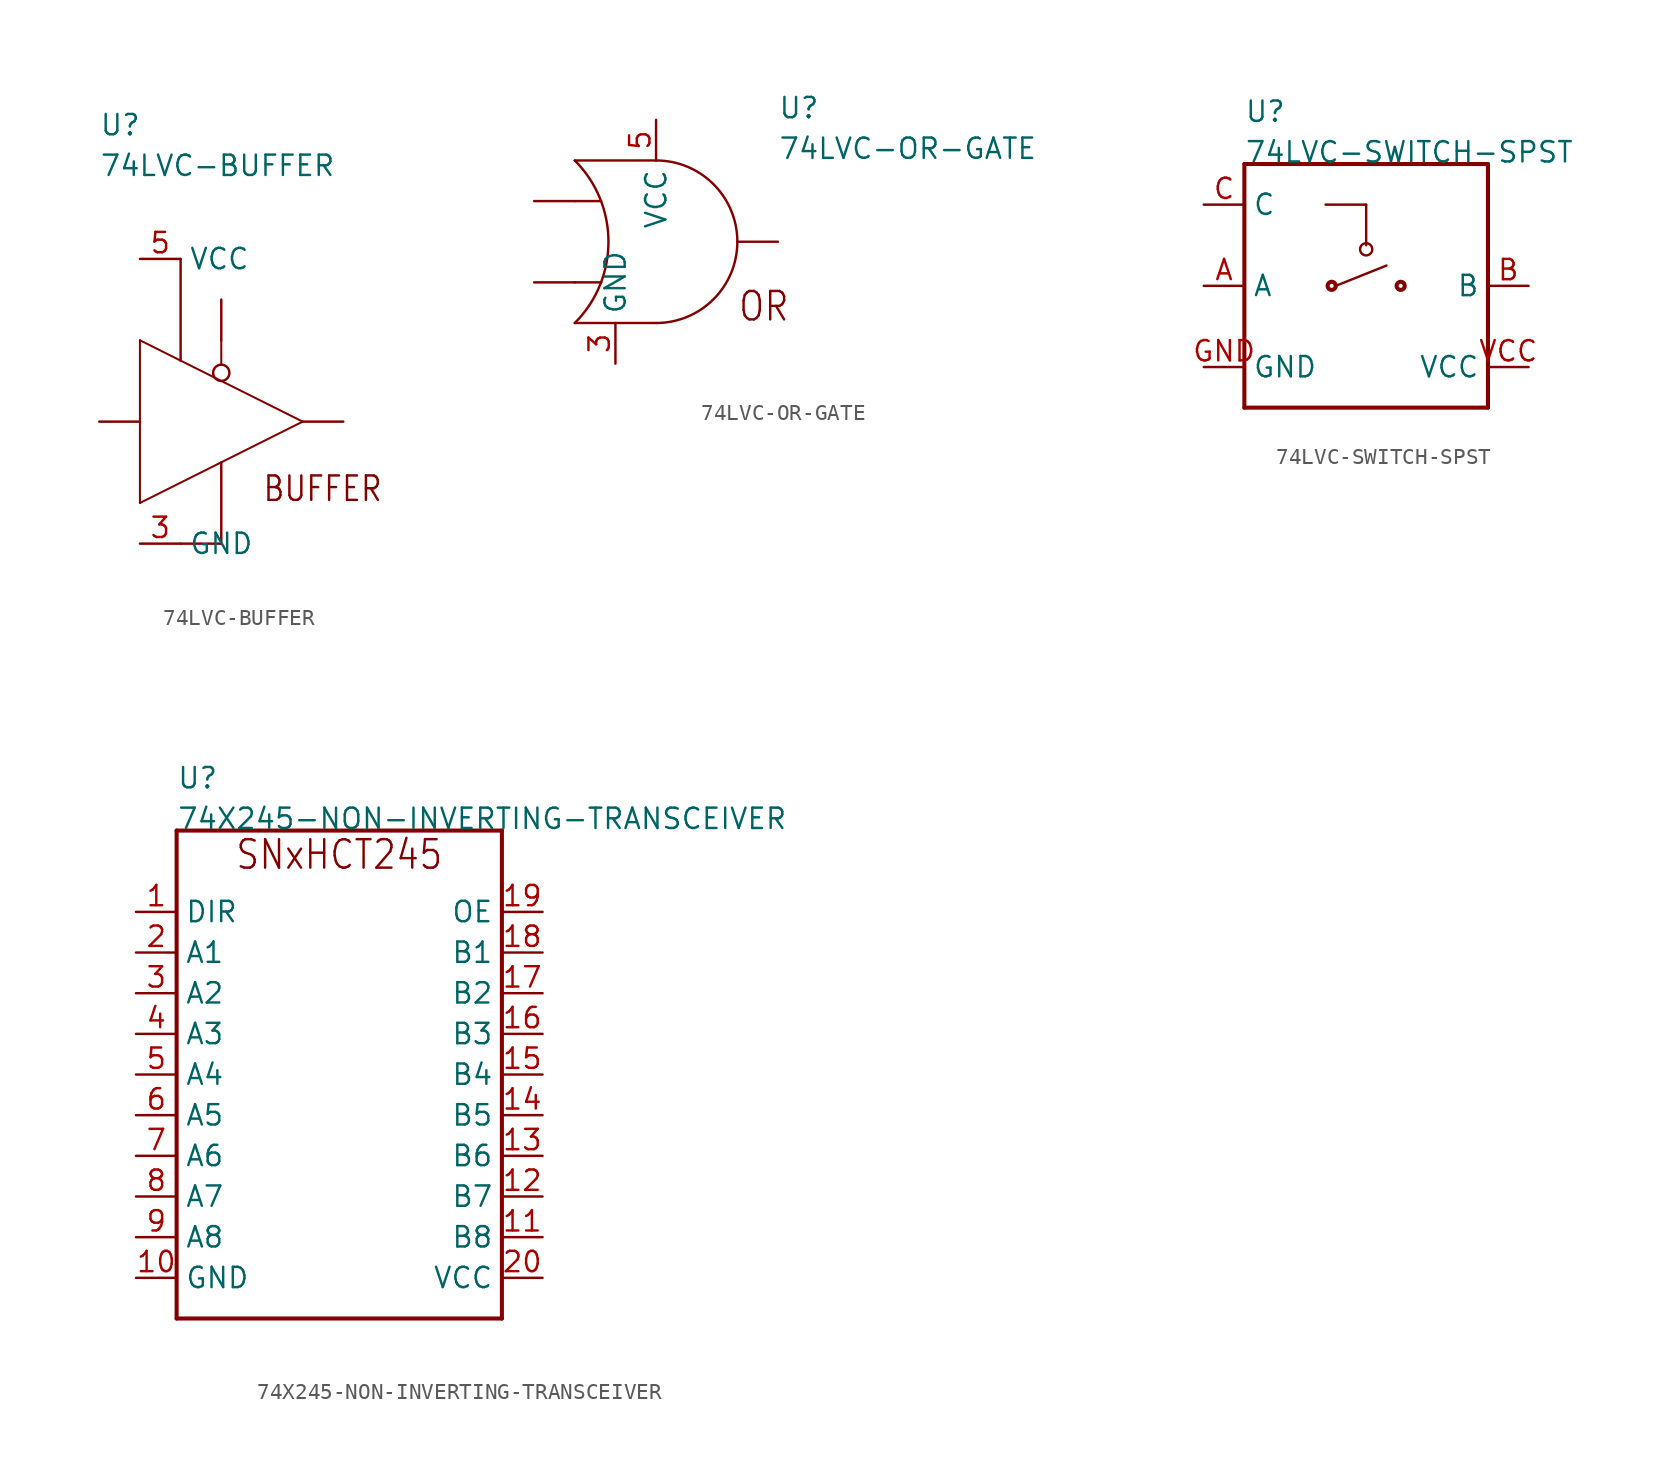
<source format=kicad_sym>
(kicad_symbol_lib
  (version 20211014)
  (generator kicad_symbol_editor)
  (symbol "74LVC-BUFFER"
    (pin_names)
    (property "Reference" "U"
      (at -7.62 17.78 0)
      (effects (font (size 1.27 1.27)) (justify left bottom)))
    (property "Value" "74LVC-BUFFER"
      (at -7.62 15.24 0)
      (effects (font (size 1.27 1.27)) (justify left bottom)))
    (property "Datasheet" ""
      (at 0 0 0))
    (property "ki_description" "SN74LVC1G125  - IC BUF NON-INVERT 5.5V SOT23-5   Technical Specifications:    Buffer Gate IC   Supply Voltage(MAX): 5.5V   [DESCRIPTION]: [SPEC]       Component Search:  SN74LVC1G125   Datasheet:  SN74LVC1G125 Single Bus Buffer Gate With 3-State Output datasheet (Rev. T) "
      (at 0 0 0))
    (property "ki_fp_filters" "FlashPCB_ICs:SOT-23-5 FlashPCB_ICs:SOT-23-5_NOSILK"
      (at 0 0 0))
    (symbol "74LVC-BUFFER_1_1"
      (text "BUFFER" (at 2.54 -5.08 0) (effects (font (size 1.524 1.303)) (justify left bottom)))
      (polyline (pts (xy -5.08 5.08) (xy -5.08 -5.08)) (stroke (width 0.127)) (fill (type none)))
      (polyline (pts (xy -5.08 -5.08) (xy 5.08 0)) (stroke (width 0.127)) (fill (type none)))
      (polyline (pts (xy -5.08 5.08) (xy -2.54 3.81)) (stroke (width 0.127)) (fill (type none)))
      (polyline (pts (xy -2.54 3.81) (xy 5.08 0)) (stroke (width 0.127)) (fill (type none)))
      (polyline (pts (xy -2.54 -7.62) (xy 0 -7.62)) (stroke (width 0.152)) (fill (type none)))
      (polyline (pts (xy 0 -7.62) (xy 0 -2.54)) (stroke (width 0.152)) (fill (type none)))
      (polyline (pts (xy -2.54 3.81) (xy -2.54 10.16)) (stroke (width 0.152)) (fill (type none)))
      (polyline (pts (xy 0 5.08) (xy 0 3.556)) (stroke (width 0.127)) (fill (type none)))
      (circle (center 0 3.048) (radius 0.508) (stroke (width 0.152) (type default)) (fill (type none)))
      (pin bidirectional line (at 7.62 0 180) (length 2.54) (name "Y" (effects (font (size 0 0)))) (number "4" (effects (font (size 0 0)))))
      (pin bidirectional line (at -5.08 10.16 0) (length 2.54) (name "VCC" (effects (font (size 1.27 1.27)))) (number "5" (effects (font (size 1.27 1.27)))))
      (pin bidirectional line (at 0 7.62 270) (length 2.54) (name "OE" (effects (font (size 0 0)))) (number "1" (effects (font (size 0 0)))))
      (pin bidirectional line (at -7.62 0 0) (length 2.54) (name "A" (effects (font (size 0 0)))) (number "2" (effects (font (size 0 0)))))
      (pin bidirectional line (at -5.08 -7.62 0) (length 2.54) (name "GND" (effects (font (size 1.27 1.27)))) (number "3" (effects (font (size 1.27 1.27)))))))
  (symbol "74LVC-OR-GATE"
    (pin_names)
    (property "Reference" "U"
      (at 7.62 7.62 0)
      (effects (font (size 1.27 1.27)) (justify left bottom)))
    (property "Value" "74LVC-OR-GATE"
      (at 7.62 5.08 0)
      (effects (font (size 1.27 1.27)) (justify left bottom)))
    (property "Datasheet" ""
      (at 0 0 0))
    (property "ki_description" "SN74LVC1G32DCKR (74xLVC)  - IC GATE OR 1CH 2-INP   Technical Specifications:    Logic Type: OR Gate   Inputs: 2   Outputs: 1   Supply Voltage: 1.65V~5.5V       Component Search:  SN74LVC1G32   Datasheet:  SN74LVC1G32 Single 2-Input Positive-OR Gate datasheet (Rev. V)  "
      (at 0 0 0))
    (property "ki_fp_filters" "FlashPCB_ICs:SOT-23-5 FlashPCB_ICs:SOT-23-5_NOSILK"
      (at 0 0 0))
    (symbol "74LVC-OR-GATE_1_1"
      (text "OR" (at 5.08 -5.08 0) (effects (font (size 1.778 1.52)) (justify left bottom)))
      (arc (start 0 -5.08) (mid 5.08 0) (end 0 5.08) (stroke (width 0.1524) (type default)) (fill (type none)))
      (polyline (pts (xy 0 5.08) (xy -5.08 5.08)) (stroke (width 0.152)) (fill (type none)))
      (polyline (pts (xy -5.08 -5.08) (xy 0 -5.08)) (stroke (width 0.152)) (fill (type none)))
      (arc (start -5.08 -5.08) (mid -2.9757951031446774 0) (end -5.08 5.08) (stroke (width 0.1524) (type default)) (fill (type none)))
      (polyline (pts (xy -5.08 2.54) (xy -3.429 2.54)) (stroke (width 0.152)) (fill (type none)))
      (polyline (pts (xy -5.08 -2.54) (xy -3.429 -2.54)) (stroke (width 0.152)) (fill (type none)))
      (pin bidirectional line (at 7.62 0 180) (length 2.54) (name "Y" (effects (font (size 0 0)))) (number "4" (effects (font (size 0 0)))))
      (pin bidirectional line (at -7.62 2.54 0) (length 2.54) (name "A" (effects (font (size 0 0)))) (number "1" (effects (font (size 0 0)))))
      (pin bidirectional line (at -7.62 -2.54 0) (length 2.54) (name "B" (effects (font (size 0 0)))) (number "2" (effects (font (size 0 0)))))
      (pin bidirectional line (at 0 7.62 270) (length 2.54) (name "VCC" (effects (font (size 1.27 1.27)))) (number "5" (effects (font (size 1.27 1.27)))))
      (pin bidirectional line (at -2.54 -7.62 90) (length 2.54) (name "GND" (effects (font (size 1.27 1.27)))) (number "3" (effects (font (size 1.27 1.27)))))))
  (symbol "74LVC-SWITCH-SPST"
    (property "Reference" "U"
      (at -7.62 10.16 0)
      (effects (font (size 1.27 1.27)) (justify left bottom)))
    (property "Value" "74LVC-SWITCH-SPST"
      (at -7.62 7.62 0)
      (effects (font (size 1.27 1.27)) (justify left bottom)))
    (property "Datasheet" ""
      (at 0 0 0))
    (property "ki_description" "C  - IC SWITCH SPST-NOX1 10OHM SOT23  Technical Specifications:    1 Circuit IC Switch 1:1 10Ohm SOT-23-5   Switch Circuit: SPST - NO   Mux/Demux: 1/1   On-State Resistance: 10Ohm        Component Search:  SN74LVC1G66   Datasheet:  SN74LVC1G66 Single Bilateral Analog Switch datasheet (Rev. Q)  "
      (at 0 0 0))
    (property "ki_fp_filters" "FlashPCB_ICs:SOT-23-5 FlashPCB_ICs:SOT-23-5_NOSILK"
      (at 0 0 0))
    (symbol "74LVC-SWITCH-SPST_1_1"
      (polyline (pts (xy -1.905 0) (xy 1.27 1.27)) (stroke (width 0.152)) (fill (type none)))
      (polyline (pts (xy -2.54 5.08) (xy 0 5.08)) (stroke (width 0.152)) (fill (type none)))
      (polyline (pts (xy 0 5.08) (xy 0 2.54)) (stroke (width 0.152)) (fill (type none)))
      (polyline (pts (xy -7.62 7.62) (xy -7.62 -7.62)) (stroke (width 0.254)) (fill (type none)))
      (polyline (pts (xy -7.62 -7.62) (xy 7.62 -7.62)) (stroke (width 0.254)) (fill (type none)))
      (polyline (pts (xy 7.62 -7.62) (xy 7.62 7.62)) (stroke (width 0.254)) (fill (type none)))
      (polyline (pts (xy 7.62 7.62) (xy -7.62 7.62)) (stroke (width 0.254)) (fill (type none)))
      (circle (center -2.159 0) (radius 0.254) (stroke (width 0.254) (type default)) (fill (type none)))
      (circle (center 2.159 0) (radius 0.254) (stroke (width 0.254) (type default)) (fill (type none)))
      (circle (center 0 2.286) (radius 0.381) (stroke (width 0) (type default)) (fill (type none)))
      (pin bidirectional line (at -10.16 0 0) (length 2.54) (name "A" (effects (font (size 1.27 1.27)))) (number "A" (effects (font (size 1.27 1.27)))))
      (pin bidirectional line (at 10.16 0 180) (length 2.54) (name "B" (effects (font (size 1.27 1.27)))) (number "B" (effects (font (size 1.27 1.27)))))
      (pin bidirectional line (at -10.16 5.08 0) (length 2.54) (name "C" (effects (font (size 1.27 1.27)))) (number "C" (effects (font (size 1.27 1.27)))))
      (pin bidirectional line (at -10.16 -5.08 0) (length 2.54) (name "GND" (effects (font (size 1.27 1.27)))) (number "GND" (effects (font (size 1.27 1.27)))))
      (pin bidirectional line (at 10.16 -5.08 180) (length 2.54) (name "VCC" (effects (font (size 1.27 1.27)))) (number "VCC" (effects (font (size 1.27 1.27)))))))
  (symbol "74X245-NON-INVERTING-TRANSCEIVER"
    (pin_names)
    (property "Reference" "U"
      (at -10.16 17.78 0)
      (effects (font (size 1.27 1.27)) (justify left bottom)))
    (property "Value" "74X245-NON-INVERTING-TRANSCEIVER"
      (at -10.16 15.24 0)
      (effects (font (size 1.27 1.27)) (justify left bottom)))
    (property "Datasheet" ""
      (at 0 0 0))
    (property "ki_description" "SN74HCT245 (74x265)  - IC TXRX NON-INVERT 5.5V 20SOIC   Technical Specifications:    Transceiver, Non-Inverting 1 Element 8 Bit per Element 3-State Output 20-SOIC   Logic Type: Transceiver, Non-Inverting   Elements: 1   Bits Per Element: 8   Output Type: 3-State   Output Current: 6mA   Supply Voltage: 4.5V~5.5V       Component Search:  SN74HCT245DW   Datasheet:  SNx4HCT245 Octal Bus Transceivers With 3-State Outputs datasheet (Rev. H)  "
      (at 0 0 0))
    (property "ki_fp_filters" "FlashPCB_ICs:SOIC-20-295MIL-7.5MM"
      (at 0 0 0))
    (symbol "74X245-NON-INVERTING-TRANSCEIVER_1_1"
      (text "SNxHCT245" (at 0 12.7 0) (effects (font (size 1.778 1.52)) (justify bottom)))
      (polyline (pts (xy -10.16 15.24) (xy -10.16 -15.24)) (stroke (width 0.254)) (fill (type none)))
      (polyline (pts (xy -10.16 -15.24) (xy 10.16 -15.24)) (stroke (width 0.254)) (fill (type none)))
      (polyline (pts (xy 10.16 -15.24) (xy 10.16 15.24)) (stroke (width 0.254)) (fill (type none)))
      (polyline (pts (xy 10.16 15.24) (xy -10.16 15.24)) (stroke (width 0.254)) (fill (type none)))
      (pin bidirectional line (at -12.7 10.16 0) (length 2.54) (name "DIR" (effects (font (size 1.27 1.27)))) (number "1" (effects (font (size 1.27 1.27)))))
      (pin bidirectional line (at -12.7 7.62 0) (length 2.54) (name "A1" (effects (font (size 1.27 1.27)))) (number "2" (effects (font (size 1.27 1.27)))))
      (pin bidirectional line (at 12.7 7.62 180) (length 2.54) (name "B1" (effects (font (size 1.27 1.27)))) (number "18" (effects (font (size 1.27 1.27)))))
      (pin bidirectional line (at -12.7 5.08 0) (length 2.54) (name "A2" (effects (font (size 1.27 1.27)))) (number "3" (effects (font (size 1.27 1.27)))))
      (pin bidirectional line (at -12.7 2.54 0) (length 2.54) (name "A3" (effects (font (size 1.27 1.27)))) (number "4" (effects (font (size 1.27 1.27)))))
      (pin bidirectional line (at -12.7 0 0) (length 2.54) (name "A4" (effects (font (size 1.27 1.27)))) (number "5" (effects (font (size 1.27 1.27)))))
      (pin bidirectional line (at -12.7 -2.54 0) (length 2.54) (name "A5" (effects (font (size 1.27 1.27)))) (number "6" (effects (font (size 1.27 1.27)))))
      (pin bidirectional line (at -12.7 -5.08 0) (length 2.54) (name "A6" (effects (font (size 1.27 1.27)))) (number "7" (effects (font (size 1.27 1.27)))))
      (pin bidirectional line (at -12.7 -7.62 0) (length 2.54) (name "A7" (effects (font (size 1.27 1.27)))) (number "8" (effects (font (size 1.27 1.27)))))
      (pin bidirectional line (at -12.7 -10.16 0) (length 2.54) (name "A8" (effects (font (size 1.27 1.27)))) (number "9" (effects (font (size 1.27 1.27)))))
      (pin bidirectional line (at 12.7 5.08 180) (length 2.54) (name "B2" (effects (font (size 1.27 1.27)))) (number "17" (effects (font (size 1.27 1.27)))))
      (pin bidirectional line (at 12.7 2.54 180) (length 2.54) (name "B3" (effects (font (size 1.27 1.27)))) (number "16" (effects (font (size 1.27 1.27)))))
      (pin bidirectional line (at 12.7 0 180) (length 2.54) (name "B4" (effects (font (size 1.27 1.27)))) (number "15" (effects (font (size 1.27 1.27)))))
      (pin bidirectional line (at 12.7 -2.54 180) (length 2.54) (name "B5" (effects (font (size 1.27 1.27)))) (number "14" (effects (font (size 1.27 1.27)))))
      (pin bidirectional line (at 12.7 -5.08 180) (length 2.54) (name "B6" (effects (font (size 1.27 1.27)))) (number "13" (effects (font (size 1.27 1.27)))))
      (pin bidirectional line (at 12.7 -7.62 180) (length 2.54) (name "B7" (effects (font (size 1.27 1.27)))) (number "12" (effects (font (size 1.27 1.27)))))
      (pin bidirectional line (at 12.7 -10.16 180) (length 2.54) (name "B8" (effects (font (size 1.27 1.27)))) (number "11" (effects (font (size 1.27 1.27)))))
      (pin bidirectional line (at 12.7 10.16 180) (length 2.54) (name "OE" (effects (font (size 1.27 1.27)))) (number "19" (effects (font (size 1.27 1.27)))))
      (pin bidirectional line (at -12.7 -12.7 0) (length 2.54) (name "GND" (effects (font (size 1.27 1.27)))) (number "10" (effects (font (size 1.27 1.27)))))
      (pin bidirectional line (at 12.7 -12.7 180) (length 2.54) (name "VCC" (effects (font (size 1.27 1.27)))) (number "20" (effects (font (size 1.27 1.27))))))))
</source>
